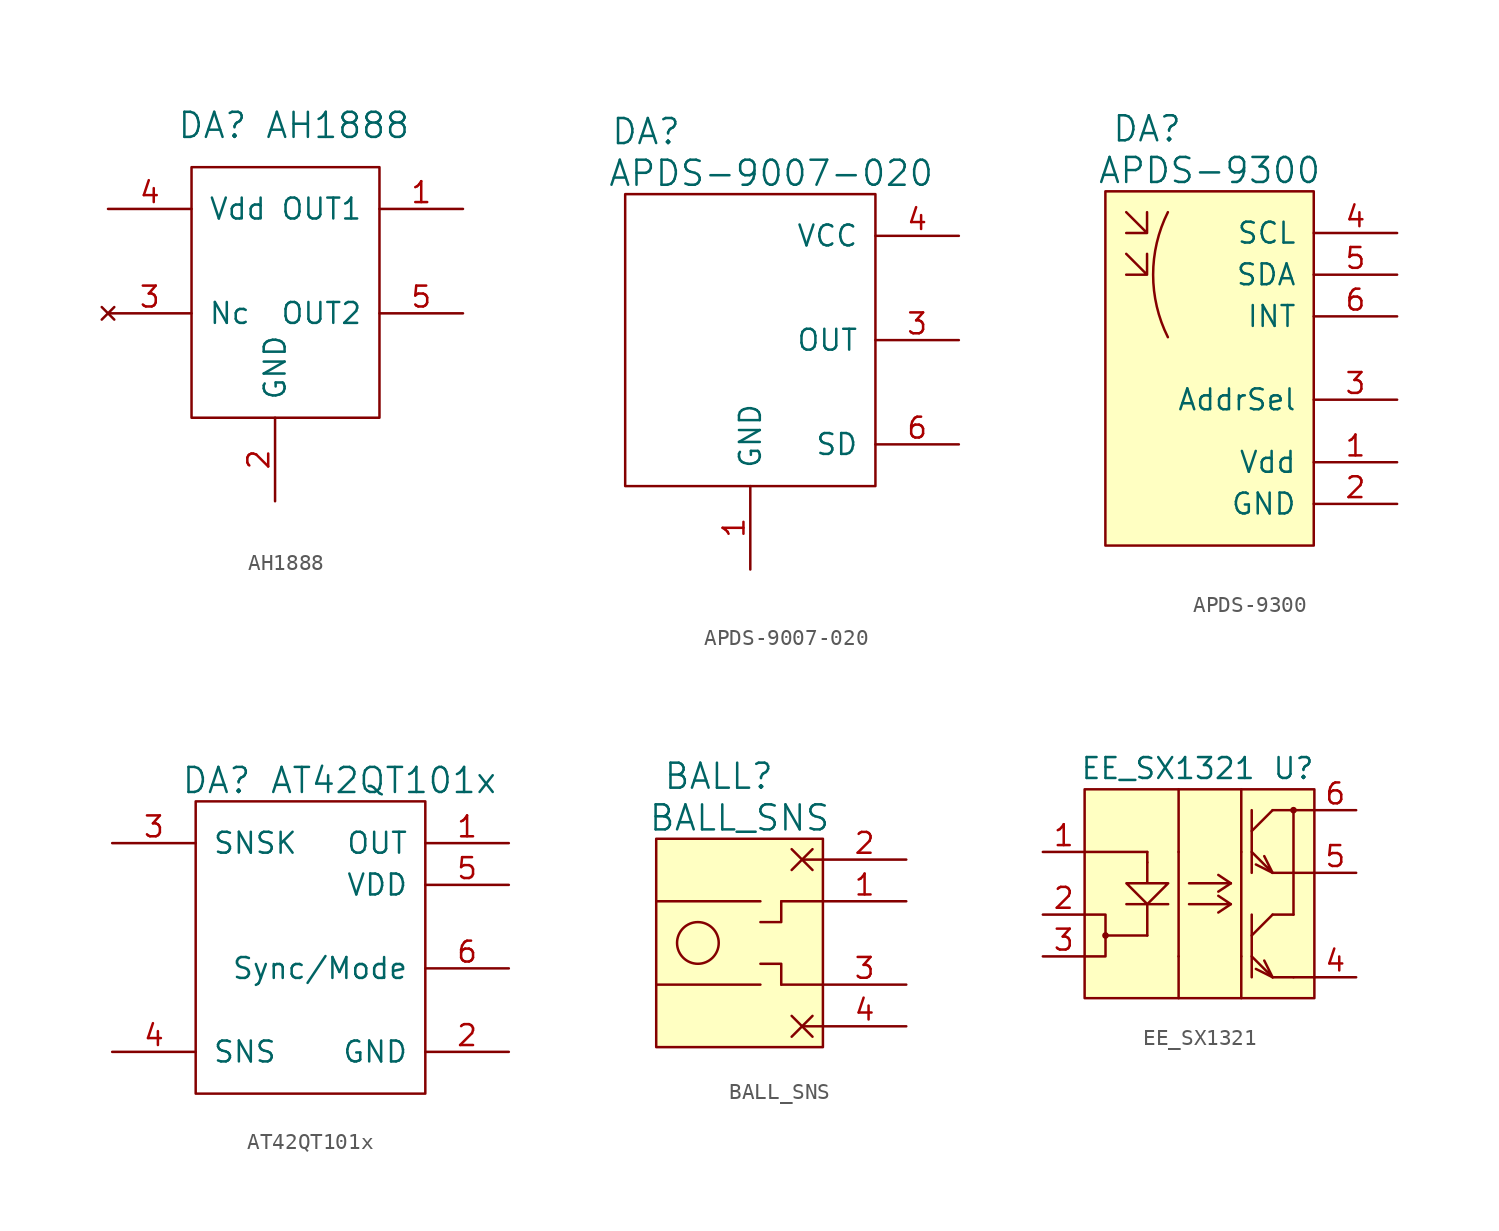
<source format=kicad_sym>
(kicad_symbol_lib
  (version 20231120)
  (generator "kicad_symbol_editor")
  (generator_version "8.0")
  (symbol "AH1888"
    (pin_names
      (offset 1.016))
    (property "Reference" "DA"
      (at -3.81 8.89 0)
      (effects (font (size 1.524 1.524))))
    (property "Value" "AH1888"
      (at 3.81 8.89 0)
      (effects (font (size 1.524 1.524))))
    (property "Footprint" ""
      (at 0 0 0)
      (effects (font (size 1.524 1.524))))
    (property "Datasheet" ""
      (at 0 0 0)
      (effects (font (size 1.524 1.524))))
    (symbol "AH1888_0_1"
      (rectangle (start -5.08 6.35) (end 6.35 -8.89) (stroke (width 0) (type default)) (fill (type none))))
    (symbol "AH1888_1_1"
      (pin passive line (at 11.43 3.81 180) (length 5.08) (name "OUT1" (effects (font (size 1.27 1.27)))) (number "1" (effects (font (size 1.27 1.27)))))
      (pin passive line (at 0 -13.97 90) (length 5.08) (name "GND" (effects (font (size 1.27 1.27)))) (number "2" (effects (font (size 1.27 1.27)))))
      (pin no_connect line (at -10.16 -2.54 0) (length 5.08) (name "Nc" (effects (font (size 1.27 1.27)))) (number "3" (effects (font (size 1.27 1.27)))))
      (pin passive line (at -10.16 3.81 0) (length 5.08) (name "Vdd" (effects (font (size 1.27 1.27)))) (number "4" (effects (font (size 1.27 1.27)))))
      (pin passive line (at 11.43 -2.54 180) (length 5.08) (name "OUT2" (effects (font (size 1.27 1.27)))) (number "5" (effects (font (size 1.27 1.27)))))))
  (symbol "APDS-9007-020"
    (pin_names
      (offset 1.016))
    (property "Reference" "DA"
      (at -6.35 12.7 0)
      (effects (font (size 1.524 1.524))))
    (property "Value" "APDS-9007-020"
      (at 1.27 10.16 0)
      (effects (font (size 1.524 1.524))))
    (property "Footprint" ""
      (at 0 0 0)
      (effects (font (size 1.524 1.524))))
    (property "Datasheet" ""
      (at 0 0 0)
      (effects (font (size 1.524 1.524))))
    (symbol "APDS-9007-020_0_1"
      (rectangle (start -7.62 8.89) (end 7.62 -8.89) (stroke (width 0) (type default)) (fill (type none))))
    (symbol "APDS-9007-020_1_1"
      (pin passive line (at 0 -13.97 90) (length 5.08) (name "GND" (effects (font (size 1.27 1.27)))) (number "1" (effects (font (size 1.27 1.27)))))
      (pin passive line (at 12.7 0 180) (length 5.08) (name "OUT" (effects (font (size 1.27 1.27)))) (number "3" (effects (font (size 1.27 1.27)))))
      (pin passive line (at 12.7 6.35 180) (length 5.08) (name "VCC" (effects (font (size 1.27 1.27)))) (number "4" (effects (font (size 1.27 1.27)))))
      (pin passive line (at 12.7 -6.35 180) (length 5.08) (name "SD" (effects (font (size 1.27 1.27)))) (number "6" (effects (font (size 1.27 1.27)))))))
  (symbol "APDS-9300"
    (pin_names
      (offset 1.016))
    (property "Reference" "DA"
      (at -3.81 11.43 0)
      (effects (font (size 1.524 1.524))))
    (property "Value" "APDS-9300"
      (at 0 8.89 0)
      (effects (font (size 1.524 1.524))))
    (symbol "APDS-9300_0_1"
      (arc (start -2.54 6.35) (mid -3.4394 2.54) (end -2.54 -1.27) (stroke (width 0) (type default)) (fill (type none)))
      (polyline (pts (xy -5.08 3.81) (xy -3.81 2.54) (xy -3.81 3.81) (xy -3.81 2.54) (xy -5.08 2.54)) (stroke (width 0) (type default)) (fill (type none)))
      (polyline (pts (xy -5.08 6.35) (xy -3.81 5.08) (xy -3.81 6.35) (xy -3.81 5.08) (xy -5.08 5.08)) (stroke (width 0) (type default)) (fill (type none)))
      (rectangle (start 6.35 7.62) (end -6.35 -13.97) (stroke (width 0) (type default)) (fill (type background))))
    (symbol "APDS-9300_1_1"
      (pin power_in line (at 11.43 -8.89 180) (length 5.08) (name "Vdd" (effects (font (size 1.27 1.27)))) (number "1" (effects (font (size 1.27 1.27)))))
      (pin power_in line (at 11.43 -11.43 180) (length 5.08) (name "GND" (effects (font (size 1.27 1.27)))) (number "2" (effects (font (size 1.27 1.27)))))
      (pin passive line (at 11.43 -5.08 180) (length 5.08) (name "AddrSel" (effects (font (size 1.27 1.27)))) (number "3" (effects (font (size 1.27 1.27)))))
      (pin passive line (at 11.43 5.08 180) (length 5.08) (name "SCL" (effects (font (size 1.27 1.27)))) (number "4" (effects (font (size 1.27 1.27)))))
      (pin passive line (at 11.43 2.54 180) (length 5.08) (name "SDA" (effects (font (size 1.27 1.27)))) (number "5" (effects (font (size 1.27 1.27)))))
      (pin passive line (at 11.43 0 180) (length 5.08) (name "INT" (effects (font (size 1.27 1.27)))) (number "6" (effects (font (size 1.27 1.27)))))))
  (symbol "AT42QT101x"
    (pin_names
      (offset 1.016))
    (property "Reference" "DA"
      (at -5.08 11.43 0)
      (effects (font (size 1.524 1.524))))
    (property "Value" "AT42QT101x"
      (at 5.08 11.43 0)
      (effects (font (size 1.524 1.524))))
    (property "Footprint" ""
      (at 0 0 0)
      (effects (font (size 1.524 1.524))))
    (property "Datasheet" ""
      (at 0 0 0)
      (effects (font (size 1.524 1.524))))
    (symbol "AT42QT101x_0_1"
      (rectangle (start -6.35 10.16) (end 7.62 -7.62) (stroke (width 0) (type default)) (fill (type none))))
    (symbol "AT42QT101x_1_1"
      (pin passive line (at 12.7 7.62 180) (length 5.08) (name "OUT" (effects (font (size 1.27 1.27)))) (number "1" (effects (font (size 1.27 1.27)))))
      (pin power_in line (at 12.7 -5.08 180) (length 5.08) (name "GND" (effects (font (size 1.27 1.27)))) (number "2" (effects (font (size 1.27 1.27)))))
      (pin passive line (at -11.43 7.62 0) (length 5.08) (name "SNSK" (effects (font (size 1.27 1.27)))) (number "3" (effects (font (size 1.27 1.27)))))
      (pin passive line (at -11.43 -5.08 0) (length 5.08) (name "SNS" (effects (font (size 1.27 1.27)))) (number "4" (effects (font (size 1.27 1.27)))))
      (pin power_in line (at 12.7 5.08 180) (length 5.08) (name "VDD" (effects (font (size 1.27 1.27)))) (number "5" (effects (font (size 1.27 1.27)))))
      (pin passive line (at 12.7 0 180) (length 5.08) (name "Sync/Mode" (effects (font (size 1.27 1.27)))) (number "6" (effects (font (size 1.27 1.27)))))))
  (symbol "BALL_SNS"
    (pin_names
      (offset 1.016))
    (property "Reference" "BALL"
      (at -2.54 10.16 0)
      (effects (font (size 1.524 1.524))))
    (property "Value" "BALL_SNS"
      (at -1.27 7.62 0)
      (effects (font (size 1.524 1.524))))
    (property "Footprint" ""
      (at 0 0 0)
      (effects (font (size 1.524 1.524))))
    (property "Datasheet" ""
      (at 0 0 0)
      (effects (font (size 1.524 1.524))))
    (symbol "BALL_SNS_0_1"
      (circle (center -3.81 0) (radius 1.27) (stroke (width 0) (type default)) (fill (type none)))
      (polyline (pts (xy 0 -2.54) (xy -6.35 -2.54)) (stroke (width 0) (type default)) (fill (type none)))
      (polyline (pts (xy 0 2.54) (xy -6.35 2.54)) (stroke (width 0) (type default)) (fill (type none)))
      (polyline (pts (xy 1.27 -2.54) (xy 3.81 -2.54)) (stroke (width 0) (type default)) (fill (type none)))
      (polyline (pts (xy 1.27 2.54) (xy 3.81 2.54)) (stroke (width 0) (type default)) (fill (type none)))
      (polyline (pts (xy 1.905 -4.445) (xy 3.175 -5.715)) (stroke (width 0) (type default)) (fill (type none)))
      (polyline (pts (xy 1.905 5.715) (xy 3.175 4.445)) (stroke (width 0) (type default)) (fill (type none)))
      (polyline (pts (xy 2.54 -5.08) (xy 3.81 -5.08)) (stroke (width 0) (type default)) (fill (type none)))
      (polyline (pts (xy 3.175 -4.445) (xy 1.905 -5.715)) (stroke (width 0) (type default)) (fill (type none)))
      (polyline (pts (xy 3.175 5.715) (xy 1.905 4.445)) (stroke (width 0) (type default)) (fill (type none)))
      (polyline (pts (xy 3.81 5.08) (xy 2.54 5.08)) (stroke (width 0) (type default)) (fill (type none)))
      (polyline (pts (xy 1.27 -2.54) (xy 1.27 -1.27) (xy 0 -1.27)) (stroke (width 0) (type default)) (fill (type none)))
      (polyline (pts (xy 1.27 2.54) (xy 1.27 1.27) (xy 0 1.27)) (stroke (width 0) (type default)) (fill (type none)))
      (rectangle (start 3.81 6.35) (end -6.35 -6.35) (stroke (width 0) (type default)) (fill (type background))))
    (symbol "BALL_SNS_1_1"
      (pin passive line (at 8.89 2.54 180) (length 5.08) (name "~" (effects (font (size 1.27 1.27)))) (number "1" (effects (font (size 1.27 1.27)))))
      (pin passive line (at 8.89 5.08 180) (length 5.08) (name "~" (effects (font (size 1.27 1.27)))) (number "2" (effects (font (size 1.27 1.27)))))
      (pin passive line (at 8.89 -2.54 180) (length 5.08) (name "~" (effects (font (size 1.27 1.27)))) (number "3" (effects (font (size 1.27 1.27)))))
      (pin passive line (at 8.89 -5.08 180) (length 5.08) (name "~" (effects (font (size 1.27 1.27)))) (number "4" (effects (font (size 1.27 1.27)))))))
  (symbol "EE_SX1321"
    (pin_names
      (offset 1.016) hide)
    (property "Reference" "U"
      (at 5.08 7.62 0)
      (effects (font (size 1.27 1.27))))
    (property "Value" "EE_SX1321"
      (at -2.54 7.62 0)
      (effects (font (size 1.27 1.27))))
    (symbol "EE_SX1321_0_1"
      (circle (center -6.35 -2.54) (radius 0.127) (stroke (width 0) (type default)) (fill (type outline)))
      (polyline (pts (xy -7.62 2.54) (xy -3.81 2.54)) (stroke (width 0) (type default)) (fill (type none)))
      (polyline (pts (xy -6.35 -2.54) (xy -3.81 -2.54)) (stroke (width 0) (type default)) (fill (type none)))
      (polyline (pts (xy -5.08 -0.635) (xy -2.54 -0.635)) (stroke (width 0) (type default)) (fill (type none)))
      (polyline (pts (xy -3.81 -0.635) (xy -3.81 -2.54)) (stroke (width 0) (type default)) (fill (type none)))
      (polyline (pts (xy -3.81 1.905) (xy -3.81 2.54)) (stroke (width 0) (type default)) (fill (type none)))
      (polyline (pts (xy -1.905 -3.81) (xy -1.905 -6.35)) (stroke (width 0) (type default)) (fill (type none)))
      (polyline (pts (xy -1.905 2.54) (xy -1.905 -3.81)) (stroke (width 0) (type default)) (fill (type none)))
      (polyline (pts (xy -1.905 2.54) (xy -1.905 6.35)) (stroke (width 0) (type default)) (fill (type none)))
      (polyline (pts (xy -1.27 0.635) (xy 1.27 0.635)) (stroke (width 0) (type default)) (fill (type none)))
      (polyline (pts (xy 1.27 -0.635) (xy 0.508 -1.143)) (stroke (width 0) (type default)) (fill (type none)))
      (polyline (pts (xy 1.27 0.635) (xy 0.508 0.127)) (stroke (width 0) (type default)) (fill (type none)))
      (polyline (pts (xy 1.27 0.635) (xy 0.508 1.143)) (stroke (width 0) (type default)) (fill (type none)))
      (polyline (pts (xy 1.905 -3.81) (xy 1.905 -6.35)) (stroke (width 0) (type default)) (fill (type none)))
      (polyline (pts (xy 1.905 2.54) (xy 1.905 -3.81)) (stroke (width 0) (type default)) (fill (type none)))
      (polyline (pts (xy 1.905 2.54) (xy 1.905 6.35)) (stroke (width 0) (type default)) (fill (type none)))
      (polyline (pts (xy 2.54 -2.54) (xy 3.81 -1.27)) (stroke (width 0) (type default)) (fill (type none)))
      (polyline (pts (xy 2.54 -1.27) (xy 2.54 -5.08)) (stroke (width 0) (type default)) (fill (type none)))
      (polyline (pts (xy 2.54 3.81) (xy 3.81 5.08)) (stroke (width 0) (type default)) (fill (type none)))
      (polyline (pts (xy 2.54 5.08) (xy 2.54 1.27)) (stroke (width 0) (type default)) (fill (type none)))
      (polyline (pts (xy 3.81 -5.08) (xy 2.794 -4.572)) (stroke (width 0) (type default)) (fill (type none)))
      (polyline (pts (xy 3.81 -5.08) (xy 5.08 -5.08)) (stroke (width 0) (type default)) (fill (type none)))
      (polyline (pts (xy 3.81 -1.27) (xy 5.08 -1.27)) (stroke (width 0) (type default)) (fill (type none)))
      (polyline (pts (xy 3.81 1.27) (xy 2.794 1.778)) (stroke (width 0) (type default)) (fill (type none)))
      (polyline (pts (xy 3.81 1.27) (xy 5.08 1.27)) (stroke (width 0) (type default)) (fill (type none)))
      (polyline (pts (xy 3.81 5.08) (xy 5.08 5.08)) (stroke (width 0) (type default)) (fill (type none)))
      (polyline (pts (xy 5.08 -5.08) (xy 6.35 -5.08)) (stroke (width 0) (type default)) (fill (type none)))
      (polyline (pts (xy 5.08 -1.27) (xy 5.08 5.08)) (stroke (width 0) (type default)) (fill (type none)))
      (polyline (pts (xy 5.08 1.27) (xy 6.35 1.27)) (stroke (width 0) (type default)) (fill (type none)))
      (polyline (pts (xy 5.08 5.08) (xy 6.35 5.08)) (stroke (width 0) (type default)) (fill (type none)))
      (polyline (pts (xy -1.27 -0.635) (xy 1.27 -0.635) (xy 0.508 -0.127)) (stroke (width 0) (type default)) (fill (type none)))
      (polyline (pts (xy 2.54 -3.81) (xy 3.81 -5.08) (xy 3.302 -4.064)) (stroke (width 0) (type default)) (fill (type none)))
      (polyline (pts (xy 2.54 2.54) (xy 3.81 1.27) (xy 3.302 2.286)) (stroke (width 0) (type default)) (fill (type none)))
      (polyline (pts (xy -7.62 -1.27) (xy -6.35 -1.27) (xy -6.35 -3.81) (xy -7.62 -3.81)) (stroke (width 0) (type default)) (fill (type none)))
      (polyline (pts (xy -3.81 1.905) (xy -3.81 0.635) (xy -2.54 0.635) (xy -3.81 -0.635) (xy -5.08 0.635) (xy -3.81 0.635)) (stroke (width 0) (type default)) (fill (type none)))
      (circle (center 5.08 5.08) (radius 0.127) (stroke (width 0) (type default)) (fill (type none)))
      (rectangle (start 6.35 6.35) (end -7.62 -6.35) (stroke (width 0) (type default)) (fill (type background))))
    (symbol "EE_SX1321_1_1"
      (pin passive line (at -10.16 2.54 0) (length 2.54) (name "C" (effects (font (size 1.27 1.27)))) (number "1" (effects (font (size 1.27 1.27)))))
      (pin passive line (at -10.16 -1.27 0) (length 2.54) (name "~" (effects (font (size 1.27 1.27)))) (number "2" (effects (font (size 1.27 1.27)))))
      (pin passive line (at -10.16 -3.81 0) (length 2.54) (name "~" (effects (font (size 1.27 1.27)))) (number "3" (effects (font (size 1.27 1.27)))))
      (pin passive line (at 8.89 -5.08 180) (length 2.54) (name "A" (effects (font (size 1.27 1.27)))) (number "4" (effects (font (size 1.27 1.27)))))
      (pin passive line (at 8.89 1.27 180) (length 2.54) (name "E1" (effects (font (size 1.27 1.27)))) (number "5" (effects (font (size 1.27 1.27)))))
      (pin passive line (at 8.89 5.08 180) (length 2.54) (name "C" (effects (font (size 1.27 1.27)))) (number "6" (effects (font (size 1.27 1.27))))))))
</source>
